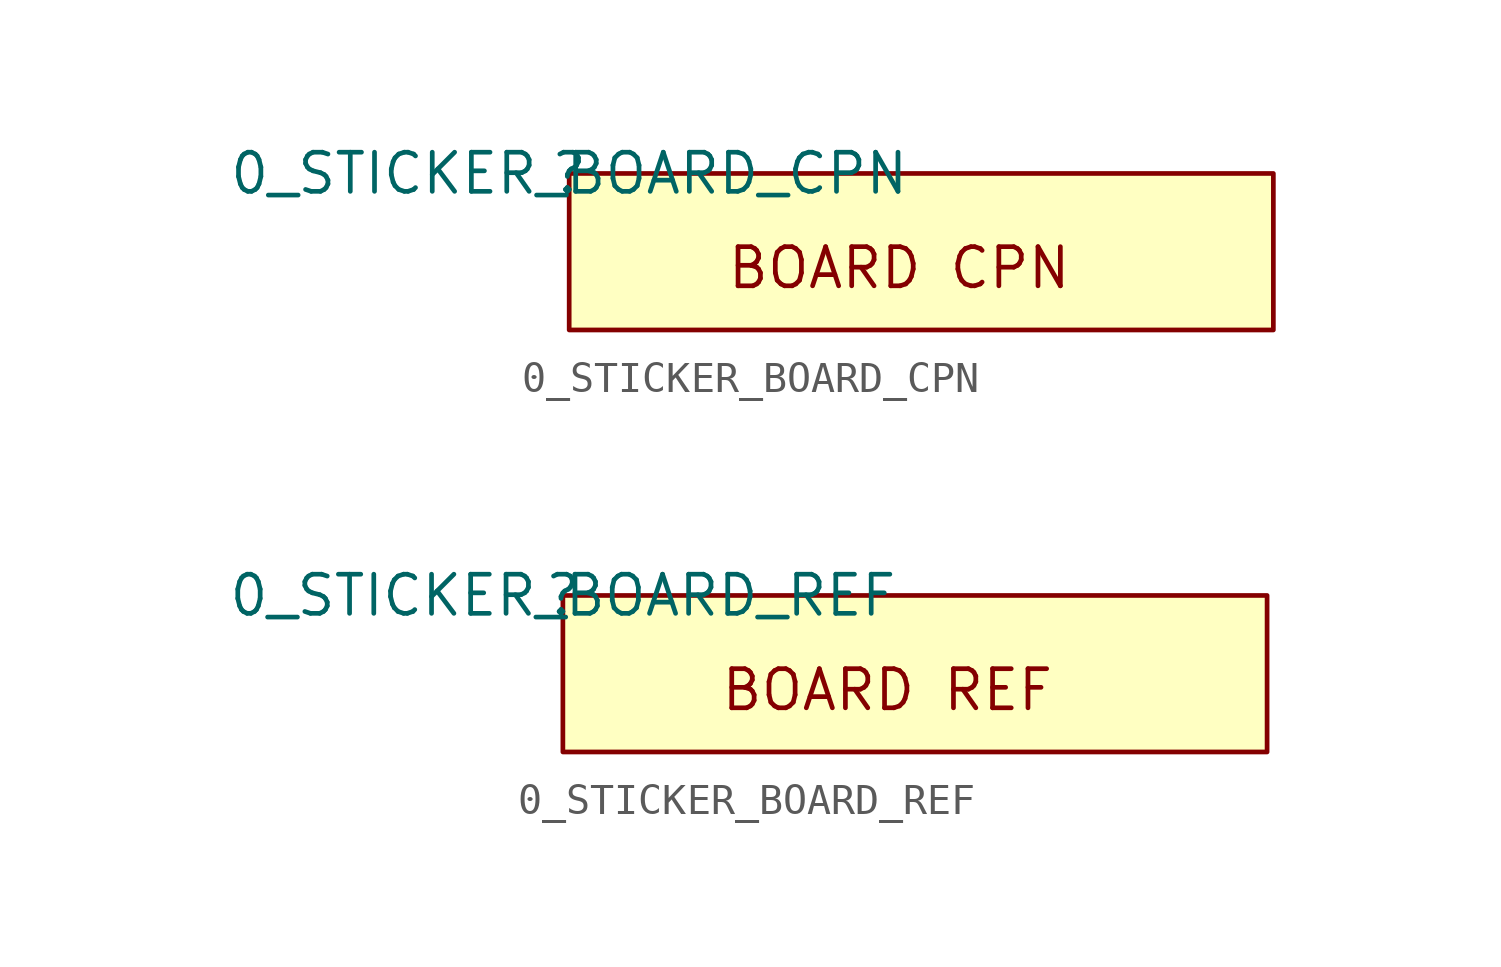
<source format=kicad_sym>
(kicad_symbol_lib
  (version 20211014)
  (generator kicad_symbol_editor)
  (symbol "0_STICKER_BOARD_CPN"
    (property "Reference" ""
      (at 0 0 0)
      (effects (font (size 1.27 1.27))))
    (property "Value" "0_STICKER_BOARD_CPN"
      (at 0 0 0)
      (effects (font (size 1.27 1.27))))
    (symbol "0_STICKER_BOARD_CPN_1_0"
      (rectangle (start 22.86 0) (end 0 -5.08) (stroke (width 0) (type default) (color 0 0 0 0)) (fill (type background)))
      (text "" (at 2.54 -5.08 0) (effects (font (size 1.27 1.27)) (justify left bottom)))
      (text "BOARD CPN" (at 5.08 -3.81 0) (effects (font (size 1.27 1.27)) (justify left bottom)))))
  (symbol "0_STICKER_BOARD_REF"
    (property "Reference" ""
      (at 0 0 0)
      (effects (font (size 1.27 1.27))))
    (property "Value" "0_STICKER_BOARD_REF"
      (at 0 0 0)
      (effects (font (size 1.27 1.27))))
    (symbol "0_STICKER_BOARD_REF_1_0"
      (rectangle (start 22.86 0) (end 0 -5.08) (stroke (width 0) (type default) (color 0 0 0 0)) (fill (type background)))
      (text "" (at 2.54 -5.08 0) (effects (font (size 1.27 1.27)) (justify left bottom)))
      (text "BOARD REF" (at 5.08 -3.81 0) (effects (font (size 1.27 1.27)) (justify left bottom))))))
</source>
